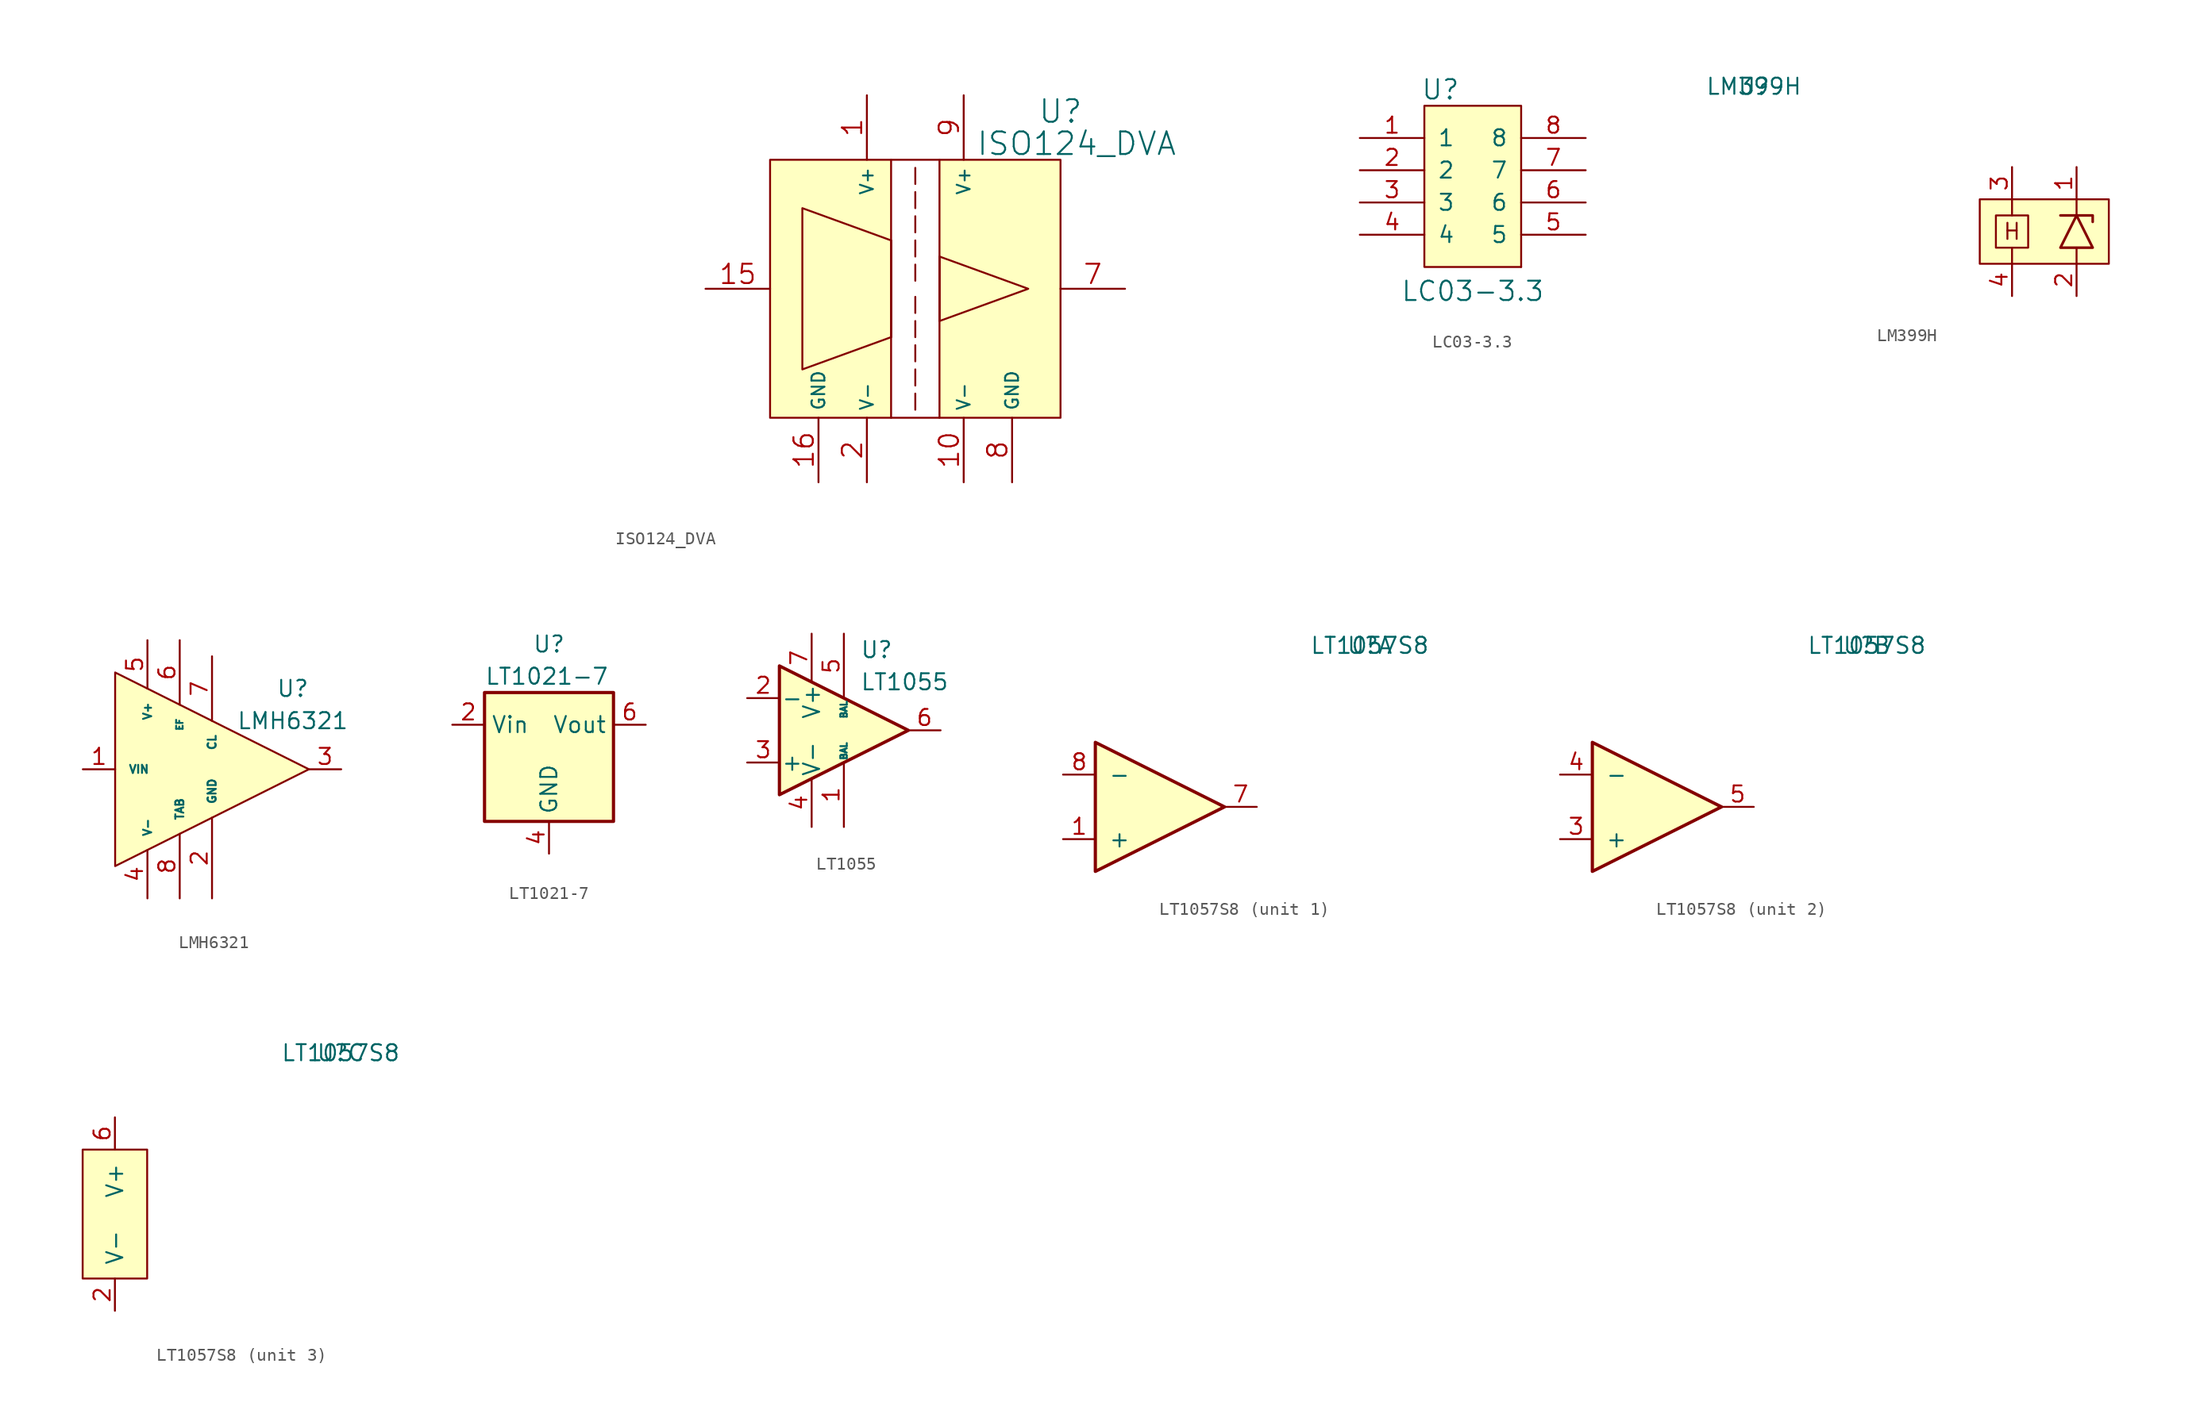
<source format=kicad_sym>
(kicad_symbol_lib
  (version 20211014)
  (generator kicad_symbol_editor)
  (symbol "ISO124_DVA"
    (property "Reference" "U"
      (at 11.43 13.97 0)
      (effects (font (size 1.778 1.778))))
    (property "Value" "ISO124_DVA"
      (at 12.7 11.43 0)
      (effects (font (size 1.778 1.778))))
    (property "Footprint" ""
      (at -59.69 -6.35 0)
      (effects (font (size 1.524 1.524))))
    (property "Datasheet" ""
      (at -59.69 -6.35 0)
      (effects (font (size 1.524 1.524))))
    (symbol "ISO124_DVA_0_1"
      (rectangle (start -11.43 10.16) (end -1.905 -10.16) (stroke (width 0) (type default) (color 0 0 0 0)) (fill (type background)))
      (polyline (pts (xy -1.905 -10.16) (xy 1.905 -10.16)) (stroke (width 0) (type default) (color 0 0 0 0)) (fill (type none)))
      (polyline (pts (xy -1.905 3.81) (xy -1.905 -3.81)) (stroke (width 0) (type default) (color 0 0 0 0)) (fill (type none)))
      (polyline (pts (xy -1.905 10.16) (xy 1.905 10.16)) (stroke (width 0) (type default) (color 0 0 0 0)) (fill (type none)))
      (polyline (pts (xy 0 -8.255) (xy 0 -9.525)) (stroke (width 0) (type default) (color 0 0 0 0)) (fill (type none)))
      (polyline (pts (xy 0 -6.35) (xy 0 -7.62)) (stroke (width 0) (type default) (color 0 0 0 0)) (fill (type none)))
      (polyline (pts (xy 0 -4.445) (xy 0 -5.715)) (stroke (width 0) (type default) (color 0 0 0 0)) (fill (type none)))
      (polyline (pts (xy 0 -2.54) (xy 0 -3.81)) (stroke (width 0) (type default) (color 0 0 0 0)) (fill (type none)))
      (polyline (pts (xy 0 -0.635) (xy 0 -1.905)) (stroke (width 0) (type default) (color 0 0 0 0)) (fill (type none)))
      (polyline (pts (xy 0 1.905) (xy 0 0.635)) (stroke (width 0) (type default) (color 0 0 0 0)) (fill (type none)))
      (polyline (pts (xy 0 3.81) (xy 0 2.54)) (stroke (width 0) (type default) (color 0 0 0 0)) (fill (type none)))
      (polyline (pts (xy 0 5.715) (xy 0 4.445)) (stroke (width 0) (type default) (color 0 0 0 0)) (fill (type none)))
      (polyline (pts (xy 0 7.62) (xy 0 6.35)) (stroke (width 0) (type default) (color 0 0 0 0)) (fill (type none)))
      (polyline (pts (xy 0 9.525) (xy 0 8.255)) (stroke (width 0) (type default) (color 0 0 0 0)) (fill (type none)))
      (polyline (pts (xy 1.905 2.54) (xy 1.905 -2.54)) (stroke (width 0) (type default) (color 0 0 0 0)) (fill (type none)))
      (polyline (pts (xy 1.905 2.54) (xy 8.89 0) (xy 1.905 -2.54) (xy 1.905 2.54)) (stroke (width 0) (type default) (color 0 0 0 0)) (fill (type none)))
      (polyline (pts (xy -8.89 6.35) (xy -1.905 3.81) (xy -1.905 -3.81) (xy -8.89 -6.35) (xy -8.89 6.35)) (stroke (width 0) (type default) (color 0 0 0 0)) (fill (type none)))
      (rectangle (start 1.905 10.16) (end 11.43 -10.16) (stroke (width 0) (type default) (color 0 0 0 0)) (fill (type background))))
    (symbol "ISO124_DVA_1_1"
      (pin passive line (at -3.81 15.24 270) (length 5.08) (name "V+" (effects (font (size 1.016 1.016)))) (number "1" (effects (font (size 1.524 1.524)))))
      (pin passive line (at 3.81 -15.24 90) (length 5.08) (name "V-" (effects (font (size 1.016 1.016)))) (number "10" (effects (font (size 1.524 1.524)))))
      (pin input line (at -16.51 0 0) (length 5.08) (name "~" (effects (font (size 1.016 1.016)))) (number "15" (effects (font (size 1.524 1.524)))))
      (pin passive line (at -7.62 -15.24 90) (length 5.08) (name "GND" (effects (font (size 1.016 1.016)))) (number "16" (effects (font (size 1.524 1.524)))))
      (pin passive line (at -3.81 -15.24 90) (length 5.08) (name "V-" (effects (font (size 1.016 1.016)))) (number "2" (effects (font (size 1.524 1.524)))))
      (pin output line (at 16.51 0 180) (length 5.08) (name "~" (effects (font (size 1.016 1.016)))) (number "7" (effects (font (size 1.524 1.524)))))
      (pin passive line (at 7.62 -15.24 90) (length 5.08) (name "GND" (effects (font (size 1.016 1.016)))) (number "8" (effects (font (size 1.524 1.524)))))
      (pin passive line (at 3.81 15.24 270) (length 5.08) (name "V+" (effects (font (size 1.016 1.016)))) (number "9" (effects (font (size 1.524 1.524)))))))
  (symbol "LC03-3.3"
    (pin_names
      (offset 1.016))
    (property "Reference" "U"
      (at -2.54 7.62 0)
      (effects (font (size 1.524 1.524))))
    (property "Value" "LC03-3.3"
      (at 0 -8.255 0)
      (effects (font (size 1.524 1.524))))
    (property "Footprint" ""
      (at 0 0 0)
      (effects (font (size 1.524 1.524))))
    (property "Datasheet" ""
      (at 0 0 0)
      (effects (font (size 1.524 1.524))))
    (symbol "LC03-3.3_0_1"
      (rectangle (start -3.81 6.35) (end 3.81 -6.35) (stroke (width 0) (type default) (color 0 0 0 0)) (fill (type background)))
      (rectangle (start 3.81 -6.35) (end 3.81 -6.35) (stroke (width 0) (type default) (color 0 0 0 0)) (fill (type none))))
    (symbol "LC03-3.3_1_1"
      (pin bidirectional line (at -8.89 3.81 0) (length 5.08) (name "1" (effects (font (size 1.27 1.27)))) (number "1" (effects (font (size 1.27 1.27)))))
      (pin bidirectional line (at -8.89 1.27 0) (length 5.08) (name "2" (effects (font (size 1.27 1.27)))) (number "2" (effects (font (size 1.27 1.27)))))
      (pin bidirectional line (at -8.89 -1.27 0) (length 5.08) (name "3" (effects (font (size 1.27 1.27)))) (number "3" (effects (font (size 1.27 1.27)))))
      (pin bidirectional line (at -8.89 -3.81 0) (length 5.08) (name "4" (effects (font (size 1.27 1.27)))) (number "4" (effects (font (size 1.27 1.27)))))
      (pin bidirectional line (at 8.89 -3.81 180) (length 5.08) (name "5" (effects (font (size 1.27 1.27)))) (number "5" (effects (font (size 1.27 1.27)))))
      (pin bidirectional line (at 8.89 -1.27 180) (length 5.08) (name "6" (effects (font (size 1.27 1.27)))) (number "6" (effects (font (size 1.27 1.27)))))
      (pin bidirectional line (at 8.89 1.27 180) (length 5.08) (name "7" (effects (font (size 1.27 1.27)))) (number "7" (effects (font (size 1.27 1.27)))))
      (pin bidirectional line (at 8.89 3.81 180) (length 5.08) (name "8" (effects (font (size 1.27 1.27)))) (number "8" (effects (font (size 1.27 1.27)))))))
  (symbol "LM399H"
    (pin_names
      (offset 1.016))
    (property "Reference" "U"
      (at -22.86 11.43 0)
      (effects (font (size 1.27 1.27))))
    (property "Value" "LM399H"
      (at -22.86 11.43 0)
      (effects (font (size 1.27 1.27))))
    (symbol "LM399H_0_0"
      (rectangle (start -5.08 2.54) (end 5.08 -2.54) (stroke (width 0) (type default) (color 0 0 0 0)) (fill (type background)))
      (rectangle (start -3.81 1.27) (end -1.27 -1.27) (stroke (width 0) (type default) (color 0 0 0 0)) (fill (type none)))
      (polyline (pts (xy -2.54 -2.54) (xy -2.54 -1.27)) (stroke (width 0) (type default) (color 0 0 0 0)) (fill (type none)))
      (polyline (pts (xy -2.54 1.27) (xy -2.54 2.54)) (stroke (width 0) (type default) (color 0 0 0 0)) (fill (type none)))
      (polyline (pts (xy 2.54 -2.54) (xy 2.54 -1.27)) (stroke (width 0) (type default) (color 0 0 0 0)) (fill (type none)))
      (polyline (pts (xy 2.54 1.27) (xy 2.54 2.54)) (stroke (width 0) (type default) (color 0 0 0 0)) (fill (type none)))
      (text "H" (at -2.54 0 0) (effects (font (size 1.27 1.27)))))
    (symbol "LM399H_1_1"
      (polyline (pts (xy 1.27 1.27) (xy 3.81 1.27) (xy 3.81 0.762)) (stroke (width 0.203) (type default) (color 0 0 0 0)) (fill (type none)))
      (polyline (pts (xy 1.27 -1.27) (xy 3.81 -1.27) (xy 2.54 1.27) (xy 1.27 -1.27)) (stroke (width 0.203) (type default) (color 0 0 0 0)) (fill (type none)))
      (pin passive line (at 2.54 5.08 270) (length 2.54) (name "~" (effects (font (size 1.27 1.27)))) (number "1" (effects (font (size 1.27 1.27)))))
      (pin passive line (at 2.54 -5.08 90) (length 2.54) (name "~" (effects (font (size 1.27 1.27)))) (number "2" (effects (font (size 1.27 1.27)))))
      (pin passive line (at -2.54 5.08 270) (length 2.54) (name "~" (effects (font (size 1.27 1.27)))) (number "3" (effects (font (size 1.27 1.27)))))
      (pin passive line (at -2.54 -5.08 90) (length 2.54) (name "~" (effects (font (size 1.27 1.27)))) (number "4" (effects (font (size 1.27 1.27)))))))
  (symbol "LMH6321"
    (pin_names
      (offset 1.016))
    (property "Reference" "U"
      (at 10.16 6.35 0)
      (effects (font (size 1.27 1.27))))
    (property "Value" "LMH6321"
      (at 10.16 3.81 0)
      (effects (font (size 1.27 1.27))))
    (symbol "LMH6321_0_1"
      (polyline (pts (xy -3.81 7.62) (xy -3.81 -7.62) (xy 11.43 0) (xy -3.81 7.62)) (stroke (width 0) (type default) (color 0 0 0 0)) (fill (type background))))
    (symbol "LMH6321_1_1"
      (pin input line (at -6.35 0 0) (length 2.54) (name "VIN" (effects (font (size 0.635 0.635)))) (number "1" (effects (font (size 1.27 1.27)))))
      (pin input line (at 3.81 -10.16 90) (length 6.35) (name "GND" (effects (font (size 0.635 0.635)))) (number "2" (effects (font (size 1.27 1.27)))))
      (pin output line (at 13.97 0 180) (length 2.54) (name "~" (effects (font (size 1.27 1.27)))) (number "3" (effects (font (size 1.27 1.27)))))
      (pin power_in line (at -1.27 -10.16 90) (length 3.81) (name "V-" (effects (font (size 0.635 0.635)))) (number "4" (effects (font (size 1.27 1.27)))))
      (pin power_in line (at -1.27 10.16 270) (length 3.81) (name "V+" (effects (font (size 0.635 0.635)))) (number "5" (effects (font (size 1.27 1.27)))))
      (pin input line (at 1.27 10.16 270) (length 5.08) (name "EF" (effects (font (size 0.508 0.508)))) (number "6" (effects (font (size 1.27 1.27)))))
      (pin input line (at 3.81 8.89 270) (length 5.08) (name "CL" (effects (font (size 0.635 0.635)))) (number "7" (effects (font (size 1.27 1.27)))))
      (pin input line (at 1.27 -10.16 90) (length 5.08) (name "TAB" (effects (font (size 0.635 0.635)))) (number "8" (effects (font (size 1.27 1.27)))))))
  (symbol "LT1021-7"
    (property "Reference" "U"
      (at 0 8.89 0)
      (effects (font (size 1.27 1.27))))
    (property "Value" "LT1021-7"
      (at -5.08 6.35 0)
      (effects (font (size 1.27 1.27)) (justify left)))
    (symbol "LT1021-7_0_1"
      (rectangle (start -5.08 5.08) (end 5.08 -5.08) (stroke (width 0.254) (type default) (color 0 0 0 0)) (fill (type background))))
    (symbol "LT1021-7_1_1"
      (pin no_connect non_logic (at 0 5.08 90) (length 0) hide (name "DNC" (effects (font (size 1.27 1.27)))) (number "1" (effects (font (size 1.27 1.27)))))
      (pin passive line (at -7.62 2.54 0) (length 2.54) (name "Vin" (effects (font (size 1.27 1.27)))) (number "2" (effects (font (size 1.27 1.27)))))
      (pin no_connect non_logic (at 2.54 -5.08 270) (length 0) hide (name "DNC" (effects (font (size 1.27 1.27)))) (number "3" (effects (font (size 1.27 1.27)))))
      (pin passive line (at 0 -7.62 90) (length 2.54) (name "GND" (effects (font (size 1.27 1.27)))) (number "4" (effects (font (size 1.27 1.27)))))
      (pin no_connect non_logic (at 3.81 -5.08 270) (length 0) hide (name "DNC" (effects (font (size 1.27 1.27)))) (number "5" (effects (font (size 1.27 1.27)))))
      (pin passive line (at 7.62 2.54 180) (length 2.54) (name "Vout" (effects (font (size 1.27 1.27)))) (number "6" (effects (font (size 1.27 1.27)))))
      (pin no_connect non_logic (at -3.81 -5.08 270) (length 0) hide (name "DNC" (effects (font (size 1.27 1.27)))) (number "7" (effects (font (size 1.27 1.27)))))
      (pin no_connect non_logic (at -2.54 -5.08 270) (length 0) hide (name "DNC" (effects (font (size 1.27 1.27)))) (number "8" (effects (font (size 1.27 1.27)))))))
  (symbol "LT1055"
    (pin_names
      (offset 0.127))
    (property "Reference" "U"
      (at 1.27 6.35 0)
      (effects (font (size 1.27 1.27)) (justify left)))
    (property "Value" "LT1055"
      (at 1.27 3.81 0)
      (effects (font (size 1.27 1.27)) (justify left)))
    (symbol "LT1055_0_1"
      (polyline (pts (xy -5.08 5.08) (xy 5.08 0) (xy -5.08 -5.08) (xy -5.08 5.08)) (stroke (width 0.254) (type default) (color 0 0 0 0)) (fill (type background))))
    (symbol "LT1055_1_1"
      (pin input line (at 0 -7.62 90) (length 5.08) (name "BAL" (effects (font (size 0.508 0.508)))) (number "1" (effects (font (size 1.27 1.27)))))
      (pin input line (at -7.62 2.54 0) (length 2.54) (name "-" (effects (font (size 1.27 1.27)))) (number "2" (effects (font (size 1.27 1.27)))))
      (pin input line (at -7.62 -2.54 0) (length 2.54) (name "+" (effects (font (size 1.27 1.27)))) (number "3" (effects (font (size 1.27 1.27)))))
      (pin power_in line (at -2.54 -7.62 90) (length 3.81) (name "V-" (effects (font (size 1.27 1.27)))) (number "4" (effects (font (size 1.27 1.27)))))
      (pin input line (at 0 7.62 270) (length 5.08) (name "BAL" (effects (font (size 0.508 0.508)))) (number "5" (effects (font (size 1.27 1.27)))))
      (pin output line (at 7.62 0 180) (length 2.54) (name "~" (effects (font (size 1.27 1.27)))) (number "6" (effects (font (size 1.27 1.27)))))
      (pin power_in line (at -2.54 7.62 270) (length 3.81) (name "V+" (effects (font (size 1.27 1.27)))) (number "7" (effects (font (size 1.27 1.27)))))
      (pin no_connect non_logic (at 2.54 -1.27 90) (length 0) hide (name "NC" (effects (font (size 0.508 0.508)))) (number "8" (effects (font (size 1.27 1.27)))))))
  (symbol "LT1057S8"
    (pin_names
      (offset 1.016))
    (property "Reference" "U"
      (at 17.78 12.7 0)
      (effects (font (size 1.27 1.27))))
    (property "Value" "LT1057S8"
      (at 17.78 12.7 0)
      (effects (font (size 1.27 1.27))))
    (symbol "LT1057S8_1_1"
      (polyline (pts (xy -3.81 5.08) (xy 6.35 0) (xy -3.81 -5.08) (xy -3.81 5.08)) (stroke (width 0.254) (type default) (color 0 0 0 0)) (fill (type background)))
      (pin input line (at -6.35 -2.54 0) (length 2.54) (name "+" (effects (font (size 1.27 1.27)))) (number "1" (effects (font (size 1.27 1.27)))))
      (pin output line (at 8.89 0 180) (length 2.54) (name "~" (effects (font (size 1.27 1.27)))) (number "7" (effects (font (size 1.27 1.27)))))
      (pin input line (at -6.35 2.54 0) (length 2.54) (name "-" (effects (font (size 1.27 1.27)))) (number "8" (effects (font (size 1.27 1.27))))))
    (symbol "LT1057S8_2_1"
      (polyline (pts (xy -3.81 5.08) (xy 6.35 0) (xy -3.81 -5.08) (xy -3.81 5.08)) (stroke (width 0.254) (type default) (color 0 0 0 0)) (fill (type background)))
      (pin input line (at -6.35 -2.54 0) (length 2.54) (name "+" (effects (font (size 1.27 1.27)))) (number "3" (effects (font (size 1.27 1.27)))))
      (pin input line (at -6.35 2.54 0) (length 2.54) (name "-" (effects (font (size 1.27 1.27)))) (number "4" (effects (font (size 1.27 1.27)))))
      (pin output line (at 8.89 0 180) (length 2.54) (name "~" (effects (font (size 1.27 1.27)))) (number "5" (effects (font (size 1.27 1.27))))))
    (symbol "LT1057S8_3_1"
      (rectangle (start -2.54 5.08) (end 2.54 -5.08) (stroke (width 0) (type default) (color 0 0 0 0)) (fill (type background)))
      (pin passive line (at 0 -7.62 90) (length 2.54) (name "V-" (effects (font (size 1.27 1.27)))) (number "2" (effects (font (size 1.27 1.27)))))
      (pin passive line (at 0 7.62 270) (length 2.54) (name "V+" (effects (font (size 1.27 1.27)))) (number "6" (effects (font (size 1.27 1.27))))))))
</source>
